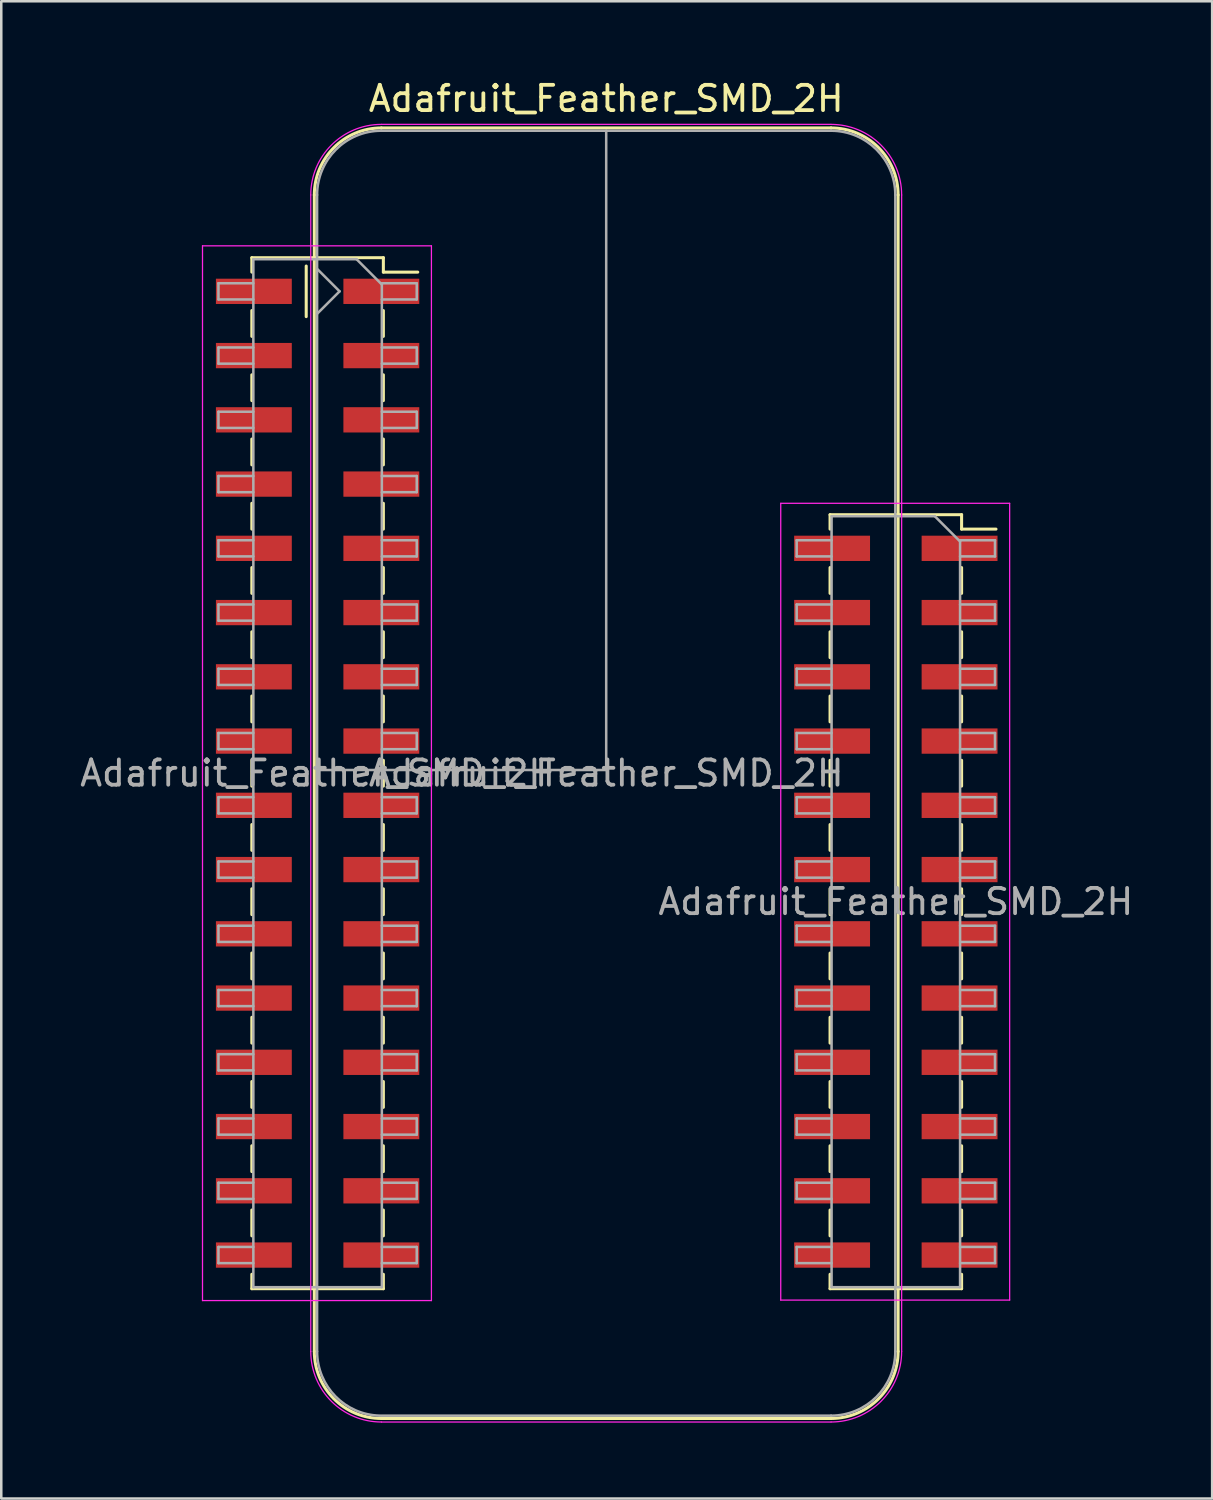
<source format=kicad_pcb>
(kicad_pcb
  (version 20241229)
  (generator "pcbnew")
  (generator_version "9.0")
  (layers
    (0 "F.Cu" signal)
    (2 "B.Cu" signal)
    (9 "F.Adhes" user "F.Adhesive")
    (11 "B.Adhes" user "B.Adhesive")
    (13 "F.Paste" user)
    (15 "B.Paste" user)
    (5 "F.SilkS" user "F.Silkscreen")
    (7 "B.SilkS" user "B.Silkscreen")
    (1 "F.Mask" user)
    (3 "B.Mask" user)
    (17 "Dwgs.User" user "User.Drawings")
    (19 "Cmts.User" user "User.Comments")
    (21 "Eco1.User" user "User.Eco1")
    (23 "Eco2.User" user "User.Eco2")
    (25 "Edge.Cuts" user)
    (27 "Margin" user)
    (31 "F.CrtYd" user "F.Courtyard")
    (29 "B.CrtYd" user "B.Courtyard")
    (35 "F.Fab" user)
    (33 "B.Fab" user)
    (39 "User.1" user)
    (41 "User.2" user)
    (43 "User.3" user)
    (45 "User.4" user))
  (footprint "Adafruit_Feather_SMD_2H"
    (layer "F.Cu")
    (at 20.916 27.391)
    (property "Reference" "Adafruit_Feather_SMD_2H" (at 0 -26.543 0) (layer "F.SilkS") (effects (font (size 1 1) (thickness 0.15))))
    (attr smd)
    (fp_line (start -14.01 -20.253) (end -14.01 -19.683) (stroke (width 0.12) (type solid)) (layer "F.SilkS"))
    (fp_line (start -14.01 -20.253) (end -8.81 -20.253) (stroke (width 0.12) (type solid)) (layer "F.SilkS"))
    (fp_line (start -14.01 -18.163) (end -14.01 -17.143) (stroke (width 0.12) (type solid)) (layer "F.SilkS"))
    (fp_line (start -14.01 -15.623) (end -14.01 -14.603) (stroke (width 0.12) (type solid)) (layer "F.SilkS"))
    (fp_line (start -14.01 -13.083) (end -14.01 -12.063) (stroke (width 0.12) (type solid)) (layer "F.SilkS"))
    (fp_line (start -14.01 -10.543) (end -14.01 -9.523) (stroke (width 0.12) (type solid)) (layer "F.SilkS"))
    (fp_line (start -14.01 -8.003) (end -14.01 -6.983) (stroke (width 0.12) (type solid)) (layer "F.SilkS"))
    (fp_line (start -14.01 -5.463) (end -14.01 -4.443) (stroke (width 0.12) (type solid)) (layer "F.SilkS"))
    (fp_line (start -14.01 -2.923) (end -14.01 -1.903) (stroke (width 0.12) (type solid)) (layer "F.SilkS"))
    (fp_line (start -14.01 -0.383) (end -14.01 0.637) (stroke (width 0.12) (type solid)) (layer "F.SilkS"))
    (fp_line (start -14.01 2.157) (end -14.01 3.177) (stroke (width 0.12) (type solid)) (layer "F.SilkS"))
    (fp_line (start -14.01 4.697) (end -14.01 5.717) (stroke (width 0.12) (type solid)) (layer "F.SilkS"))
    (fp_line (start -14.01 7.237) (end -14.01 8.257) (stroke (width 0.12) (type solid)) (layer "F.SilkS"))
    (fp_line (start -14.01 9.777) (end -14.01 10.797) (stroke (width 0.12) (type solid)) (layer "F.SilkS"))
    (fp_line (start -14.01 12.317) (end -14.01 13.337) (stroke (width 0.12) (type solid)) (layer "F.SilkS"))
    (fp_line (start -14.01 14.857) (end -14.01 15.877) (stroke (width 0.12) (type solid)) (layer "F.SilkS"))
    (fp_line (start -14.01 17.397) (end -14.01 18.417) (stroke (width 0.12) (type solid)) (layer "F.SilkS"))
    (fp_line (start -14.01 19.937) (end -14.01 20.507) (stroke (width 0.12) (type solid)) (layer "F.SilkS"))
    (fp_line (start -14.01 20.507) (end -8.81 20.507) (stroke (width 0.12) (type solid)) (layer "F.SilkS"))
    (fp_line (start -11.86 -17.923) (end -11.86 -19.923) (stroke (width 0.12) (type solid)) (layer "F.SilkS"))
    (fp_line (start -11.54 -22.733) (end -11.54 22.987) (stroke (width 0.12) (type solid)) (layer "F.SilkS"))
    (fp_line (start -8.81 -20.253) (end -8.81 -19.683) (stroke (width 0.12) (type solid)) (layer "F.SilkS"))
    (fp_line (start -8.81 -19.683) (end -7.45 -19.683) (stroke (width 0.12) (type solid)) (layer "F.SilkS"))
    (fp_line (start -8.81 -18.163) (end -8.81 -17.143) (stroke (width 0.12) (type solid)) (layer "F.SilkS"))
    (fp_line (start -8.81 -15.623) (end -8.81 -14.603) (stroke (width 0.12) (type solid)) (layer "F.SilkS"))
    (fp_line (start -8.81 -13.083) (end -8.81 -12.063) (stroke (width 0.12) (type solid)) (layer "F.SilkS"))
    (fp_line (start -8.81 -10.543) (end -8.81 -9.523) (stroke (width 0.12) (type solid)) (layer "F.SilkS"))
    (fp_line (start -8.81 -8.003) (end -8.81 -6.983) (stroke (width 0.12) (type solid)) (layer "F.SilkS"))
    (fp_line (start -8.81 -5.463) (end -8.81 -4.443) (stroke (width 0.12) (type solid)) (layer "F.SilkS"))
    (fp_line (start -8.81 -2.923) (end -8.81 -1.903) (stroke (width 0.12) (type solid)) (layer "F.SilkS"))
    (fp_line (start -8.81 -0.383) (end -8.81 0.637) (stroke (width 0.12) (type solid)) (layer "F.SilkS"))
    (fp_line (start -8.81 2.157) (end -8.81 3.177) (stroke (width 0.12) (type solid)) (layer "F.SilkS"))
    (fp_line (start -8.81 4.697) (end -8.81 5.717) (stroke (width 0.12) (type solid)) (layer "F.SilkS"))
    (fp_line (start -8.81 7.237) (end -8.81 8.257) (stroke (width 0.12) (type solid)) (layer "F.SilkS"))
    (fp_line (start -8.81 9.777) (end -8.81 10.797) (stroke (width 0.12) (type solid)) (layer "F.SilkS"))
    (fp_line (start -8.81 12.317) (end -8.81 13.337) (stroke (width 0.12) (type solid)) (layer "F.SilkS"))
    (fp_line (start -8.81 14.857) (end -8.81 15.877) (stroke (width 0.12) (type solid)) (layer "F.SilkS"))
    (fp_line (start -8.81 17.397) (end -8.81 18.417) (stroke (width 0.12) (type solid)) (layer "F.SilkS"))
    (fp_line (start -8.81 19.937) (end -8.81 20.507) (stroke (width 0.12) (type solid)) (layer "F.SilkS"))
    (fp_line (start 8.85 -10.093) (end 8.85 -9.523) (stroke (width 0.12) (type solid)) (layer "F.SilkS"))
    (fp_line (start 8.85 -10.093) (end 14.05 -10.093) (stroke (width 0.12) (type solid)) (layer "F.SilkS"))
    (fp_line (start 8.85 -8.003) (end 8.85 -6.983) (stroke (width 0.12) (type solid)) (layer "F.SilkS"))
    (fp_line (start 8.85 -5.463) (end 8.85 -4.443) (stroke (width 0.12) (type solid)) (layer "F.SilkS"))
    (fp_line (start 8.85 -2.923) (end 8.85 -1.903) (stroke (width 0.12) (type solid)) (layer "F.SilkS"))
    (fp_line (start 8.85 -0.383) (end 8.85 0.637) (stroke (width 0.12) (type solid)) (layer "F.SilkS"))
    (fp_line (start 8.85 2.157) (end 8.85 3.177) (stroke (width 0.12) (type solid)) (layer "F.SilkS"))
    (fp_line (start 8.85 4.697) (end 8.85 5.717) (stroke (width 0.12) (type solid)) (layer "F.SilkS"))
    (fp_line (start 8.85 7.237) (end 8.85 8.257) (stroke (width 0.12) (type solid)) (layer "F.SilkS"))
    (fp_line (start 8.85 9.777) (end 8.85 10.797) (stroke (width 0.12) (type solid)) (layer "F.SilkS"))
    (fp_line (start 8.85 12.317) (end 8.85 13.337) (stroke (width 0.12) (type solid)) (layer "F.SilkS"))
    (fp_line (start 8.85 14.857) (end 8.85 15.877) (stroke (width 0.12) (type solid)) (layer "F.SilkS"))
    (fp_line (start 8.85 17.397) (end 8.85 18.417) (stroke (width 0.12) (type solid)) (layer "F.SilkS"))
    (fp_line (start 8.85 19.937) (end 8.85 20.507) (stroke (width 0.12) (type solid)) (layer "F.SilkS"))
    (fp_line (start 8.85 20.507) (end 14.05 20.507) (stroke (width 0.12) (type solid)) (layer "F.SilkS"))
    (fp_line (start 8.89 -25.383) (end -8.89 -25.383) (stroke (width 0.12) (type solid)) (layer "F.SilkS"))
    (fp_line (start 8.89 25.637) (end -8.89 25.637) (stroke (width 0.12) (type solid)) (layer "F.SilkS"))
    (fp_line (start 11.54 -22.733) (end 11.54 22.987) (stroke (width 0.12) (type solid)) (layer "F.SilkS"))
    (fp_line (start 14.05 -10.093) (end 14.05 -9.523) (stroke (width 0.12) (type solid)) (layer "F.SilkS"))
    (fp_line (start 14.05 -9.523) (end 15.41 -9.523) (stroke (width 0.12) (type solid)) (layer "F.SilkS"))
    (fp_line (start 14.05 -8.003) (end 14.05 -6.983) (stroke (width 0.12) (type solid)) (layer "F.SilkS"))
    (fp_line (start 14.05 -5.463) (end 14.05 -4.443) (stroke (width 0.12) (type solid)) (layer "F.SilkS"))
    (fp_line (start 14.05 -2.923) (end 14.05 -1.903) (stroke (width 0.12) (type solid)) (layer "F.SilkS"))
    (fp_line (start 14.05 -0.383) (end 14.05 0.637) (stroke (width 0.12) (type solid)) (layer "F.SilkS"))
    (fp_line (start 14.05 2.157) (end 14.05 3.177) (stroke (width 0.12) (type solid)) (layer "F.SilkS"))
    (fp_line (start 14.05 4.697) (end 14.05 5.717) (stroke (width 0.12) (type solid)) (layer "F.SilkS"))
    (fp_line (start 14.05 7.237) (end 14.05 8.257) (stroke (width 0.12) (type solid)) (layer "F.SilkS"))
    (fp_line (start 14.05 9.777) (end 14.05 10.797) (stroke (width 0.12) (type solid)) (layer "F.SilkS"))
    (fp_line (start 14.05 12.317) (end 14.05 13.337) (stroke (width 0.12) (type solid)) (layer "F.SilkS"))
    (fp_line (start 14.05 14.857) (end 14.05 15.877) (stroke (width 0.12) (type solid)) (layer "F.SilkS"))
    (fp_line (start 14.05 17.397) (end 14.05 18.417) (stroke (width 0.12) (type solid)) (layer "F.SilkS"))
    (fp_line (start 14.05 19.937) (end 14.05 20.507) (stroke (width 0.12) (type solid)) (layer "F.SilkS"))
    (fp_arc (start -11.54 -22.733) (mid -10.763833 -24.606833) (end -8.89 -25.383) (stroke (width 0.12) (type solid)) (layer "F.SilkS"))
    (fp_arc (start -8.89 25.637) (mid -10.763833 24.860833) (end -11.54 22.987) (stroke (width 0.12) (type solid)) (layer "F.SilkS"))
    (fp_arc (start 8.89 -25.383) (mid 10.763833 -24.606833) (end 11.54 -22.733) (stroke (width 0.12) (type solid)) (layer "F.SilkS"))
    (fp_arc (start 11.54 22.987) (mid 10.763833 24.860833) (end 8.89 25.637) (stroke (width 0.12) (type solid)) (layer "F.SilkS"))
    (fp_line (start -15.96 -20.723) (end -6.91 -20.723) (stroke (width 0.05) (type solid)) (layer "F.CrtYd"))
    (fp_line (start -15.96 20.977) (end -15.96 -20.723) (stroke (width 0.05) (type solid)) (layer "F.CrtYd"))
    (fp_line (start -11.68 22.987) (end -11.68 -22.733) (stroke (width 0.05) (type solid)) (layer "F.CrtYd"))
    (fp_line (start -6.91 -20.723) (end -6.91 20.977) (stroke (width 0.05) (type solid)) (layer "F.CrtYd"))
    (fp_line (start -6.91 20.977) (end -15.96 20.977) (stroke (width 0.05) (type solid)) (layer "F.CrtYd"))
    (fp_line (start 6.9 -10.543) (end 15.95 -10.543) (stroke (width 0.05) (type solid)) (layer "F.CrtYd"))
    (fp_line (start 6.9 20.957) (end 6.9 -10.543) (stroke (width 0.05) (type solid)) (layer "F.CrtYd"))
    (fp_line (start 8.89 -25.523) (end -8.89 -25.523) (stroke (width 0.05) (type solid)) (layer "F.CrtYd"))
    (fp_line (start 8.89 25.777) (end -8.89 25.777) (stroke (width 0.05) (type solid)) (layer "F.CrtYd"))
    (fp_line (start 11.68 22.987) (end 11.68 -22.733) (stroke (width 0.05) (type solid)) (layer "F.CrtYd"))
    (fp_line (start 15.95 -10.543) (end 15.95 20.957) (stroke (width 0.05) (type solid)) (layer "F.CrtYd"))
    (fp_line (start 15.95 20.957) (end 6.9 20.957) (stroke (width 0.05) (type solid)) (layer "F.CrtYd"))
    (fp_arc (start -11.68 -22.733) (mid -10.862828 -24.705828) (end -8.89 -25.523) (stroke (width 0.05) (type solid)) (layer "F.CrtYd"))
    (fp_arc (start -8.89 25.777) (mid -10.862828 24.959828) (end -11.68 22.987) (stroke (width 0.05) (type solid)) (layer "F.CrtYd"))
    (fp_arc (start 8.89 -25.523) (mid 10.862828 -24.705828) (end 11.68 -22.733) (stroke (width 0.05) (type solid)) (layer "F.CrtYd"))
    (fp_arc (start 11.68 22.987) (mid 10.862828 24.959828) (end 8.89 25.777) (stroke (width 0.05) (type solid)) (layer "F.CrtYd"))
    (fp_line (start -15.33 -19.243) (end -13.95 -19.243) (stroke (width 0.1) (type solid)) (layer "F.Fab"))
    (fp_line (start -15.33 -18.603) (end -15.33 -19.243) (stroke (width 0.1) (type solid)) (layer "F.Fab"))
    (fp_line (start -15.33 -16.703) (end -13.95 -16.703) (stroke (width 0.1) (type solid)) (layer "F.Fab"))
    (fp_line (start -15.33 -16.063) (end -15.33 -16.703) (stroke (width 0.1) (type solid)) (layer "F.Fab"))
    (fp_line (start -15.33 -14.163) (end -13.95 -14.163) (stroke (width 0.1) (type solid)) (layer "F.Fab"))
    (fp_line (start -15.33 -13.523) (end -15.33 -14.163) (stroke (width 0.1) (type solid)) (layer "F.Fab"))
    (fp_line (start -15.33 -11.623) (end -13.95 -11.623) (stroke (width 0.1) (type solid)) (layer "F.Fab"))
    (fp_line (start -15.33 -10.983) (end -15.33 -11.623) (stroke (width 0.1) (type solid)) (layer "F.Fab"))
    (fp_line (start -15.33 -9.083) (end -13.95 -9.083) (stroke (width 0.1) (type solid)) (layer "F.Fab"))
    (fp_line (start -15.33 -8.443) (end -15.33 -9.083) (stroke (width 0.1) (type solid)) (layer "F.Fab"))
    (fp_line (start -15.33 -6.543) (end -13.95 -6.543) (stroke (width 0.1) (type solid)) (layer "F.Fab"))
    (fp_line (start -15.33 -5.903) (end -15.33 -6.543) (stroke (width 0.1) (type solid)) (layer "F.Fab"))
    (fp_line (start -15.33 -4.003) (end -13.95 -4.003) (stroke (width 0.1) (type solid)) (layer "F.Fab"))
    (fp_line (start -15.33 -3.363) (end -15.33 -4.003) (stroke (width 0.1) (type solid)) (layer "F.Fab"))
    (fp_line (start -15.33 -1.463) (end -13.95 -1.463) (stroke (width 0.1) (type solid)) (layer "F.Fab"))
    (fp_line (start -15.33 -0.823) (end -15.33 -1.463) (stroke (width 0.1) (type solid)) (layer "F.Fab"))
    (fp_line (start -15.33 1.077) (end -13.95 1.077) (stroke (width 0.1) (type solid)) (layer "F.Fab"))
    (fp_line (start -15.33 1.717) (end -15.33 1.077) (stroke (width 0.1) (type solid)) (layer "F.Fab"))
    (fp_line (start -15.33 3.617) (end -13.95 3.617) (stroke (width 0.1) (type solid)) (layer "F.Fab"))
    (fp_line (start -15.33 4.257) (end -15.33 3.617) (stroke (width 0.1) (type solid)) (layer "F.Fab"))
    (fp_line (start -15.33 6.157) (end -13.95 6.157) (stroke (width 0.1) (type solid)) (layer "F.Fab"))
    (fp_line (start -15.33 6.797) (end -15.33 6.157) (stroke (width 0.1) (type solid)) (layer "F.Fab"))
    (fp_line (start -15.33 8.697) (end -13.95 8.697) (stroke (width 0.1) (type solid)) (layer "F.Fab"))
    (fp_line (start -15.33 9.337) (end -15.33 8.697) (stroke (width 0.1) (type solid)) (layer "F.Fab"))
    (fp_line (start -15.33 11.237) (end -13.95 11.237) (stroke (width 0.1) (type solid)) (layer "F.Fab"))
    (fp_line (start -15.33 11.877) (end -15.33 11.237) (stroke (width 0.1) (type solid)) (layer "F.Fab"))
    (fp_line (start -15.33 13.777) (end -13.95 13.777) (stroke (width 0.1) (type solid)) (layer "F.Fab"))
    (fp_line (start -15.33 14.417) (end -15.33 13.777) (stroke (width 0.1) (type solid)) (layer "F.Fab"))
    (fp_line (start -15.33 16.317) (end -13.95 16.317) (stroke (width 0.1) (type solid)) (layer "F.Fab"))
    (fp_line (start -15.33 16.957) (end -15.33 16.317) (stroke (width 0.1) (type solid)) (layer "F.Fab"))
    (fp_line (start -15.33 18.857) (end -13.95 18.857) (stroke (width 0.1) (type solid)) (layer "F.Fab"))
    (fp_line (start -15.33 19.497) (end -15.33 18.857) (stroke (width 0.1) (type solid)) (layer "F.Fab"))
    (fp_line (start -13.95 -20.193) (end -9.87 -20.193) (stroke (width 0.1) (type solid)) (layer "F.Fab"))
    (fp_line (start -13.95 -18.603) (end -15.33 -18.603) (stroke (width 0.1) (type solid)) (layer "F.Fab"))
    (fp_line (start -13.95 -16.063) (end -15.33 -16.063) (stroke (width 0.1) (type solid)) (layer "F.Fab"))
    (fp_line (start -13.95 -13.523) (end -15.33 -13.523) (stroke (width 0.1) (type solid)) (layer "F.Fab"))
    (fp_line (start -13.95 -10.983) (end -15.33 -10.983) (stroke (width 0.1) (type solid)) (layer "F.Fab"))
    (fp_line (start -13.95 -8.443) (end -15.33 -8.443) (stroke (width 0.1) (type solid)) (layer "F.Fab"))
    (fp_line (start -13.95 -5.903) (end -15.33 -5.903) (stroke (width 0.1) (type solid)) (layer "F.Fab"))
    (fp_line (start -13.95 -3.363) (end -15.33 -3.363) (stroke (width 0.1) (type solid)) (layer "F.Fab"))
    (fp_line (start -13.95 -0.823) (end -15.33 -0.823) (stroke (width 0.1) (type solid)) (layer "F.Fab"))
    (fp_line (start -13.95 1.717) (end -15.33 1.717) (stroke (width 0.1) (type solid)) (layer "F.Fab"))
    (fp_line (start -13.95 4.257) (end -15.33 4.257) (stroke (width 0.1) (type solid)) (layer "F.Fab"))
    (fp_line (start -13.95 6.797) (end -15.33 6.797) (stroke (width 0.1) (type solid)) (layer "F.Fab"))
    (fp_line (start -13.95 9.337) (end -15.33 9.337) (stroke (width 0.1) (type solid)) (layer "F.Fab"))
    (fp_line (start -13.95 11.877) (end -15.33 11.877) (stroke (width 0.1) (type solid)) (layer "F.Fab"))
    (fp_line (start -13.95 14.417) (end -15.33 14.417) (stroke (width 0.1) (type solid)) (layer "F.Fab"))
    (fp_line (start -13.95 16.957) (end -15.33 16.957) (stroke (width 0.1) (type solid)) (layer "F.Fab"))
    (fp_line (start -13.95 19.497) (end -15.33 19.497) (stroke (width 0.1) (type solid)) (layer "F.Fab"))
    (fp_line (start -13.95 20.447) (end -13.95 -20.193) (stroke (width 0.1) (type solid)) (layer "F.Fab"))
    (fp_line (start -11.43 -22.733) (end -11.43 22.987) (stroke (width 0.1) (type solid)) (layer "F.Fab"))
    (fp_line (start -11.43 -19.812) (end -10.541 -18.923) (stroke (width 0.1) (type solid)) (layer "F.Fab"))
    (fp_line (start -11.43 0) (end 0 0) (stroke (width 0.1) (type solid)) (layer "F.Fab"))
    (fp_line (start -10.541 -18.923) (end -11.43 -18.034) (stroke (width 0.1) (type solid)) (layer "F.Fab"))
    (fp_line (start -9.87 -20.193) (end -8.87 -19.193) (stroke (width 0.1) (type solid)) (layer "F.Fab"))
    (fp_line (start -8.89 25.527) (end 8.89 25.527) (stroke (width 0.1) (type solid)) (layer "F.Fab"))
    (fp_line (start -8.87 -19.243) (end -7.49 -19.243) (stroke (width 0.1) (type solid)) (layer "F.Fab"))
    (fp_line (start -8.87 -19.193) (end -8.87 20.447) (stroke (width 0.1) (type solid)) (layer "F.Fab"))
    (fp_line (start -8.87 -16.703) (end -7.49 -16.703) (stroke (width 0.1) (type solid)) (layer "F.Fab"))
    (fp_line (start -8.87 -14.163) (end -7.49 -14.163) (stroke (width 0.1) (type solid)) (layer "F.Fab"))
    (fp_line (start -8.87 -11.623) (end -7.49 -11.623) (stroke (width 0.1) (type solid)) (layer "F.Fab"))
    (fp_line (start -8.87 -9.083) (end -7.49 -9.083) (stroke (width 0.1) (type solid)) (layer "F.Fab"))
    (fp_line (start -8.87 -6.543) (end -7.49 -6.543) (stroke (width 0.1) (type solid)) (layer "F.Fab"))
    (fp_line (start -8.87 -4.003) (end -7.49 -4.003) (stroke (width 0.1) (type solid)) (layer "F.Fab"))
    (fp_line (start -8.87 -1.463) (end -7.49 -1.463) (stroke (width 0.1) (type solid)) (layer "F.Fab"))
    (fp_line (start -8.87 1.077) (end -7.49 1.077) (stroke (width 0.1) (type solid)) (layer "F.Fab"))
    (fp_line (start -8.87 3.617) (end -7.49 3.617) (stroke (width 0.1) (type solid)) (layer "F.Fab"))
    (fp_line (start -8.87 6.157) (end -7.49 6.157) (stroke (width 0.1) (type solid)) (layer "F.Fab"))
    (fp_line (start -8.87 8.697) (end -7.49 8.697) (stroke (width 0.1) (type solid)) (layer "F.Fab"))
    (fp_line (start -8.87 11.237) (end -7.49 11.237) (stroke (width 0.1) (type solid)) (layer "F.Fab"))
    (fp_line (start -8.87 13.777) (end -7.49 13.777) (stroke (width 0.1) (type solid)) (layer "F.Fab"))
    (fp_line (start -8.87 16.317) (end -7.49 16.317) (stroke (width 0.1) (type solid)) (layer "F.Fab"))
    (fp_line (start -8.87 18.857) (end -7.49 18.857) (stroke (width 0.1) (type solid)) (layer "F.Fab"))
    (fp_line (start -8.87 20.447) (end -13.95 20.447) (stroke (width 0.1) (type solid)) (layer "F.Fab"))
    (fp_line (start -7.49 -19.243) (end -7.49 -18.603) (stroke (width 0.1) (type solid)) (layer "F.Fab"))
    (fp_line (start -7.49 -18.603) (end -8.87 -18.603) (stroke (width 0.1) (type solid)) (layer "F.Fab"))
    (fp_line (start -7.49 -16.703) (end -7.49 -16.063) (stroke (width 0.1) (type solid)) (layer "F.Fab"))
    (fp_line (start -7.49 -16.063) (end -8.87 -16.063) (stroke (width 0.1) (type solid)) (layer "F.Fab"))
    (fp_line (start -7.49 -14.163) (end -7.49 -13.523) (stroke (width 0.1) (type solid)) (layer "F.Fab"))
    (fp_line (start -7.49 -13.523) (end -8.87 -13.523) (stroke (width 0.1) (type solid)) (layer "F.Fab"))
    (fp_line (start -7.49 -11.623) (end -7.49 -10.983) (stroke (width 0.1) (type solid)) (layer "F.Fab"))
    (fp_line (start -7.49 -10.983) (end -8.87 -10.983) (stroke (width 0.1) (type solid)) (layer "F.Fab"))
    (fp_line (start -7.49 -9.083) (end -7.49 -8.443) (stroke (width 0.1) (type solid)) (layer "F.Fab"))
    (fp_line (start -7.49 -8.443) (end -8.87 -8.443) (stroke (width 0.1) (type solid)) (layer "F.Fab"))
    (fp_line (start -7.49 -6.543) (end -7.49 -5.903) (stroke (width 0.1) (type solid)) (layer "F.Fab"))
    (fp_line (start -7.49 -5.903) (end -8.87 -5.903) (stroke (width 0.1) (type solid)) (layer "F.Fab"))
    (fp_line (start -7.49 -4.003) (end -7.49 -3.363) (stroke (width 0.1) (type solid)) (layer "F.Fab"))
    (fp_line (start -7.49 -3.363) (end -8.87 -3.363) (stroke (width 0.1) (type solid)) (layer "F.Fab"))
    (fp_line (start -7.49 -1.463) (end -7.49 -0.823) (stroke (width 0.1) (type solid)) (layer "F.Fab"))
    (fp_line (start -7.49 -0.823) (end -8.87 -0.823) (stroke (width 0.1) (type solid)) (layer "F.Fab"))
    (fp_line (start -7.49 1.077) (end -7.49 1.717) (stroke (width 0.1) (type solid)) (layer "F.Fab"))
    (fp_line (start -7.49 1.717) (end -8.87 1.717) (stroke (width 0.1) (type solid)) (layer "F.Fab"))
    (fp_line (start -7.49 3.617) (end -7.49 4.257) (stroke (width 0.1) (type solid)) (layer "F.Fab"))
    (fp_line (start -7.49 4.257) (end -8.87 4.257) (stroke (width 0.1) (type solid)) (layer "F.Fab"))
    (fp_line (start -7.49 6.157) (end -7.49 6.797) (stroke (width 0.1) (type solid)) (layer "F.Fab"))
    (fp_line (start -7.49 6.797) (end -8.87 6.797) (stroke (width 0.1) (type solid)) (layer "F.Fab"))
    (fp_line (start -7.49 8.697) (end -7.49 9.337) (stroke (width 0.1) (type solid)) (layer "F.Fab"))
    (fp_line (start -7.49 9.337) (end -8.87 9.337) (stroke (width 0.1) (type solid)) (layer "F.Fab"))
    (fp_line (start -7.49 11.237) (end -7.49 11.877) (stroke (width 0.1) (type solid)) (layer "F.Fab"))
    (fp_line (start -7.49 11.877) (end -8.87 11.877) (stroke (width 0.1) (type solid)) (layer "F.Fab"))
    (fp_line (start -7.49 13.777) (end -7.49 14.417) (stroke (width 0.1) (type solid)) (layer "F.Fab"))
    (fp_line (start -7.49 14.417) (end -8.87 14.417) (stroke (width 0.1) (type solid)) (layer "F.Fab"))
    (fp_line (start -7.49 16.317) (end -7.49 16.957) (stroke (width 0.1) (type solid)) (layer "F.Fab"))
    (fp_line (start -7.49 16.957) (end -8.87 16.957) (stroke (width 0.1) (type solid)) (layer "F.Fab"))
    (fp_line (start -7.49 18.857) (end -7.49 19.497) (stroke (width 0.1) (type solid)) (layer "F.Fab"))
    (fp_line (start -7.49 19.497) (end -8.87 19.497) (stroke (width 0.1) (type solid)) (layer "F.Fab"))
    (fp_line (start 0 -25.273) (end 0 0) (stroke (width 0.1) (type solid)) (layer "F.Fab"))
    (fp_line (start 7.53 -9.083) (end 8.91 -9.083) (stroke (width 0.1) (type solid)) (layer "F.Fab"))
    (fp_line (start 7.53 -8.443) (end 7.53 -9.083) (stroke (width 0.1) (type solid)) (layer "F.Fab"))
    (fp_line (start 7.53 -6.543) (end 8.91 -6.543) (stroke (width 0.1) (type solid)) (layer "F.Fab"))
    (fp_line (start 7.53 -5.903) (end 7.53 -6.543) (stroke (width 0.1) (type solid)) (layer "F.Fab"))
    (fp_line (start 7.53 -4.003) (end 8.91 -4.003) (stroke (width 0.1) (type solid)) (layer "F.Fab"))
    (fp_line (start 7.53 -3.363) (end 7.53 -4.003) (stroke (width 0.1) (type solid)) (layer "F.Fab"))
    (fp_line (start 7.53 -1.463) (end 8.91 -1.463) (stroke (width 0.1) (type solid)) (layer "F.Fab"))
    (fp_line (start 7.53 -0.823) (end 7.53 -1.463) (stroke (width 0.1) (type solid)) (layer "F.Fab"))
    (fp_line (start 7.53 1.077) (end 8.91 1.077) (stroke (width 0.1) (type solid)) (layer "F.Fab"))
    (fp_line (start 7.53 1.717) (end 7.53 1.077) (stroke (width 0.1) (type solid)) (layer "F.Fab"))
    (fp_line (start 7.53 3.617) (end 8.91 3.617) (stroke (width 0.1) (type solid)) (layer "F.Fab"))
    (fp_line (start 7.53 4.257) (end 7.53 3.617) (stroke (width 0.1) (type solid)) (layer "F.Fab"))
    (fp_line (start 7.53 6.157) (end 8.91 6.157) (stroke (width 0.1) (type solid)) (layer "F.Fab"))
    (fp_line (start 7.53 6.797) (end 7.53 6.157) (stroke (width 0.1) (type solid)) (layer "F.Fab"))
    (fp_line (start 7.53 8.697) (end 8.91 8.697) (stroke (width 0.1) (type solid)) (layer "F.Fab"))
    (fp_line (start 7.53 9.337) (end 7.53 8.697) (stroke (width 0.1) (type solid)) (layer "F.Fab"))
    (fp_line (start 7.53 11.237) (end 8.91 11.237) (stroke (width 0.1) (type solid)) (layer "F.Fab"))
    (fp_line (start 7.53 11.877) (end 7.53 11.237) (stroke (width 0.1) (type solid)) (layer "F.Fab"))
    (fp_line (start 7.53 13.777) (end 8.91 13.777) (stroke (width 0.1) (type solid)) (layer "F.Fab"))
    (fp_line (start 7.53 14.417) (end 7.53 13.777) (stroke (width 0.1) (type solid)) (layer "F.Fab"))
    (fp_line (start 7.53 16.317) (end 8.91 16.317) (stroke (width 0.1) (type solid)) (layer "F.Fab"))
    (fp_line (start 7.53 16.957) (end 7.53 16.317) (stroke (width 0.1) (type solid)) (layer "F.Fab"))
    (fp_line (start 7.53 18.857) (end 8.91 18.857) (stroke (width 0.1) (type solid)) (layer "F.Fab"))
    (fp_line (start 7.53 19.497) (end 7.53 18.857) (stroke (width 0.1) (type solid)) (layer "F.Fab"))
    (fp_line (start 8.89 -25.273) (end -8.89 -25.273) (stroke (width 0.1) (type solid)) (layer "F.Fab"))
    (fp_line (start 8.91 -10.033) (end 12.99 -10.033) (stroke (width 0.1) (type solid)) (layer "F.Fab"))
    (fp_line (start 8.91 -8.443) (end 7.53 -8.443) (stroke (width 0.1) (type solid)) (layer "F.Fab"))
    (fp_line (start 8.91 -5.903) (end 7.53 -5.903) (stroke (width 0.1) (type solid)) (layer "F.Fab"))
    (fp_line (start 8.91 -3.363) (end 7.53 -3.363) (stroke (width 0.1) (type solid)) (layer "F.Fab"))
    (fp_line (start 8.91 -0.823) (end 7.53 -0.823) (stroke (width 0.1) (type solid)) (layer "F.Fab"))
    (fp_line (start 8.91 1.717) (end 7.53 1.717) (stroke (width 0.1) (type solid)) (layer "F.Fab"))
    (fp_line (start 8.91 4.257) (end 7.53 4.257) (stroke (width 0.1) (type solid)) (layer "F.Fab"))
    (fp_line (start 8.91 6.797) (end 7.53 6.797) (stroke (width 0.1) (type solid)) (layer "F.Fab"))
    (fp_line (start 8.91 9.337) (end 7.53 9.337) (stroke (width 0.1) (type solid)) (layer "F.Fab"))
    (fp_line (start 8.91 11.877) (end 7.53 11.877) (stroke (width 0.1) (type solid)) (layer "F.Fab"))
    (fp_line (start 8.91 14.417) (end 7.53 14.417) (stroke (width 0.1) (type solid)) (layer "F.Fab"))
    (fp_line (start 8.91 16.957) (end 7.53 16.957) (stroke (width 0.1) (type solid)) (layer "F.Fab"))
    (fp_line (start 8.91 19.497) (end 7.53 19.497) (stroke (width 0.1) (type solid)) (layer "F.Fab"))
    (fp_line (start 8.91 20.447) (end 8.91 -10.033) (stroke (width 0.1) (type solid)) (layer "F.Fab"))
    (fp_line (start 11.43 22.987) (end 11.43 -22.733) (stroke (width 0.1) (type solid)) (layer "F.Fab"))
    (fp_line (start 12.99 -10.033) (end 13.99 -9.033) (stroke (width 0.1) (type solid)) (layer "F.Fab"))
    (fp_line (start 13.99 -9.083) (end 15.37 -9.083) (stroke (width 0.1) (type solid)) (layer "F.Fab"))
    (fp_line (start 13.99 -9.033) (end 13.99 20.447) (stroke (width 0.1) (type solid)) (layer "F.Fab"))
    (fp_line (start 13.99 -6.543) (end 15.37 -6.543) (stroke (width 0.1) (type solid)) (layer "F.Fab"))
    (fp_line (start 13.99 -4.003) (end 15.37 -4.003) (stroke (width 0.1) (type solid)) (layer "F.Fab"))
    (fp_line (start 13.99 -1.463) (end 15.37 -1.463) (stroke (width 0.1) (type solid)) (layer "F.Fab"))
    (fp_line (start 13.99 1.077) (end 15.37 1.077) (stroke (width 0.1) (type solid)) (layer "F.Fab"))
    (fp_line (start 13.99 3.617) (end 15.37 3.617) (stroke (width 0.1) (type solid)) (layer "F.Fab"))
    (fp_line (start 13.99 6.157) (end 15.37 6.157) (stroke (width 0.1) (type solid)) (layer "F.Fab"))
    (fp_line (start 13.99 8.697) (end 15.37 8.697) (stroke (width 0.1) (type solid)) (layer "F.Fab"))
    (fp_line (start 13.99 11.237) (end 15.37 11.237) (stroke (width 0.1) (type solid)) (layer "F.Fab"))
    (fp_line (start 13.99 13.777) (end 15.37 13.777) (stroke (width 0.1) (type solid)) (layer "F.Fab"))
    (fp_line (start 13.99 16.317) (end 15.37 16.317) (stroke (width 0.1) (type solid)) (layer "F.Fab"))
    (fp_line (start 13.99 18.857) (end 15.37 18.857) (stroke (width 0.1) (type solid)) (layer "F.Fab"))
    (fp_line (start 13.99 20.447) (end 8.91 20.447) (stroke (width 0.1) (type solid)) (layer "F.Fab"))
    (fp_line (start 15.37 -9.083) (end 15.37 -8.443) (stroke (width 0.1) (type solid)) (layer "F.Fab"))
    (fp_line (start 15.37 -8.443) (end 13.99 -8.443) (stroke (width 0.1) (type solid)) (layer "F.Fab"))
    (fp_line (start 15.37 -6.543) (end 15.37 -5.903) (stroke (width 0.1) (type solid)) (layer "F.Fab"))
    (fp_line (start 15.37 -5.903) (end 13.99 -5.903) (stroke (width 0.1) (type solid)) (layer "F.Fab"))
    (fp_line (start 15.37 -4.003) (end 15.37 -3.363) (stroke (width 0.1) (type solid)) (layer "F.Fab"))
    (fp_line (start 15.37 -3.363) (end 13.99 -3.363) (stroke (width 0.1) (type solid)) (layer "F.Fab"))
    (fp_line (start 15.37 -1.463) (end 15.37 -0.823) (stroke (width 0.1) (type solid)) (layer "F.Fab"))
    (fp_line (start 15.37 -0.823) (end 13.99 -0.823) (stroke (width 0.1) (type solid)) (layer "F.Fab"))
    (fp_line (start 15.37 1.077) (end 15.37 1.717) (stroke (width 0.1) (type solid)) (layer "F.Fab"))
    (fp_line (start 15.37 1.717) (end 13.99 1.717) (stroke (width 0.1) (type solid)) (layer "F.Fab"))
    (fp_line (start 15.37 3.617) (end 15.37 4.257) (stroke (width 0.1) (type solid)) (layer "F.Fab"))
    (fp_line (start 15.37 4.257) (end 13.99 4.257) (stroke (width 0.1) (type solid)) (layer "F.Fab"))
    (fp_line (start 15.37 6.157) (end 15.37 6.797) (stroke (width 0.1) (type solid)) (layer "F.Fab"))
    (fp_line (start 15.37 6.797) (end 13.99 6.797) (stroke (width 0.1) (type solid)) (layer "F.Fab"))
    (fp_line (start 15.37 8.697) (end 15.37 9.337) (stroke (width 0.1) (type solid)) (layer "F.Fab"))
    (fp_line (start 15.37 9.337) (end 13.99 9.337) (stroke (width 0.1) (type solid)) (layer "F.Fab"))
    (fp_line (start 15.37 11.237) (end 15.37 11.877) (stroke (width 0.1) (type solid)) (layer "F.Fab"))
    (fp_line (start 15.37 11.877) (end 13.99 11.877) (stroke (width 0.1) (type solid)) (layer "F.Fab"))
    (fp_line (start 15.37 13.777) (end 15.37 14.417) (stroke (width 0.1) (type solid)) (layer "F.Fab"))
    (fp_line (start 15.37 14.417) (end 13.99 14.417) (stroke (width 0.1) (type solid)) (layer "F.Fab"))
    (fp_line (start 15.37 16.317) (end 15.37 16.957) (stroke (width 0.1) (type solid)) (layer "F.Fab"))
    (fp_line (start 15.37 16.957) (end 13.99 16.957) (stroke (width 0.1) (type solid)) (layer "F.Fab"))
    (fp_line (start 15.37 18.857) (end 15.37 19.497) (stroke (width 0.1) (type solid)) (layer "F.Fab"))
    (fp_line (start 15.37 19.497) (end 13.99 19.497) (stroke (width 0.1) (type solid)) (layer "F.Fab"))
    (fp_arc (start -11.43 -22.733) (mid -10.686051 -24.529051) (end -8.89 -25.273) (stroke (width 0.1) (type solid)) (layer "F.Fab"))
    (fp_arc (start -8.938762 25.526532) (mid -10.703209 24.765728) (end -11.43 22.987) (stroke (width 0.1) (type solid)) (layer "F.Fab"))
    (fp_arc (start 8.89 -25.273) (mid 10.686051 -24.529051) (end 11.43 -22.733) (stroke (width 0.1) (type solid)) (layer "F.Fab"))
    (fp_arc (start 11.43 22.987) (mid 10.686051 24.783051) (end 8.89 25.527) (stroke (width 0.1) (type solid)) (layer "F.Fab"))
    (fp_text user "${REFERENCE}" (at -11.41 0.127 0) (layer "F.Fab") (effects (font (size 1 1) (thickness 0.15))))
    (fp_text user "${REFERENCE}" (at 11.45 5.207 0) (layer "F.Fab") (effects (font (size 1 1) (thickness 0.15))))
    (fp_text user "${REFERENCE}" (at 0 0.127 180) (layer "F.Fab") (effects (font (size 1 1) (thickness 0.15))))
    (pad "1" smd rect (at -13.93 -18.923) (size 3 1) (layers "F.Cu" "F.Mask" "F.Paste"))
    (pad "1" smd rect (at -8.89 -18.923) (size 3 1) (layers "F.Cu" "F.Mask" "F.Paste"))
    (pad "2" smd rect (at -13.93 -16.383) (size 3 1) (layers "F.Cu" "F.Mask" "F.Paste"))
    (pad "2" smd rect (at -8.89 -16.383) (size 3 1) (layers "F.Cu" "F.Mask" "F.Paste"))
    (pad "3" smd rect (at -13.93 -13.843) (size 3 1) (layers "F.Cu" "F.Mask" "F.Paste"))
    (pad "3" smd rect (at -8.89 -13.843) (size 3 1) (layers "F.Cu" "F.Mask" "F.Paste"))
    (pad "4" smd rect (at -13.93 -11.303) (size 3 1) (layers "F.Cu" "F.Mask" "F.Paste"))
    (pad "4" smd rect (at -8.89 -11.303) (size 3 1) (layers "F.Cu" "F.Mask" "F.Paste"))
    (pad "5" smd rect (at -13.93 -8.763) (size 3 1) (layers "F.Cu" "F.Mask" "F.Paste"))
    (pad "5" smd rect (at -8.89 -8.763) (size 3 1) (layers "F.Cu" "F.Mask" "F.Paste"))
    (pad "6" smd rect (at -13.93 -6.223) (size 3 1) (layers "F.Cu" "F.Mask" "F.Paste"))
    (pad "6" smd rect (at -8.89 -6.223) (size 3 1) (layers "F.Cu" "F.Mask" "F.Paste"))
    (pad "7" smd rect (at -13.93 -3.683) (size 3 1) (layers "F.Cu" "F.Mask" "F.Paste"))
    (pad "7" smd rect (at -8.89 -3.683) (size 3 1) (layers "F.Cu" "F.Mask" "F.Paste"))
    (pad "8" smd rect (at -13.93 -1.143) (size 3 1) (layers "F.Cu" "F.Mask" "F.Paste"))
    (pad "8" smd rect (at -8.89 -1.143) (size 3 1) (layers "F.Cu" "F.Mask" "F.Paste"))
    (pad "9" smd rect (at -13.93 1.397) (size 3 1) (layers "F.Cu" "F.Mask" "F.Paste"))
    (pad "9" smd rect (at -8.89 1.397) (size 3 1) (layers "F.Cu" "F.Mask" "F.Paste"))
    (pad "10" smd rect (at -13.93 3.937) (size 3 1) (layers "F.Cu" "F.Mask" "F.Paste"))
    (pad "10" smd rect (at -8.89 3.937) (size 3 1) (layers "F.Cu" "F.Mask" "F.Paste"))
    (pad "11" smd rect (at -13.93 6.477) (size 3 1) (layers "F.Cu" "F.Mask" "F.Paste"))
    (pad "11" smd rect (at -8.89 6.477) (size 3 1) (layers "F.Cu" "F.Mask" "F.Paste"))
    (pad "12" smd rect (at -13.93 9.017) (size 3 1) (layers "F.Cu" "F.Mask" "F.Paste"))
    (pad "12" smd rect (at -8.89 9.017) (size 3 1) (layers "F.Cu" "F.Mask" "F.Paste"))
    (pad "13" smd rect (at -13.93 11.557) (size 3 1) (layers "F.Cu" "F.Mask" "F.Paste"))
    (pad "13" smd rect (at -8.89 11.557) (size 3 1) (layers "F.Cu" "F.Mask" "F.Paste"))
    (pad "14" smd rect (at -13.93 14.097) (size 3 1) (layers "F.Cu" "F.Mask" "F.Paste"))
    (pad "14" smd rect (at -8.89 14.097) (size 3 1) (layers "F.Cu" "F.Mask" "F.Paste"))
    (pad "15" smd rect (at -13.93 16.637) (size 3 1) (layers "F.Cu" "F.Mask" "F.Paste"))
    (pad "15" smd rect (at -8.89 16.637) (size 3 1) (layers "F.Cu" "F.Mask" "F.Paste"))
    (pad "16" smd rect (at -13.93 19.177) (size 3 1) (layers "F.Cu" "F.Mask" "F.Paste"))
    (pad "16" smd rect (at -8.89 19.177) (size 3 1) (layers "F.Cu" "F.Mask" "F.Paste"))
    (pad "17" smd rect (at 8.93 19.177) (size 3 1) (layers "F.Cu" "F.Mask" "F.Paste"))
    (pad "17" smd rect (at 13.97 19.177) (size 3 1) (layers "F.Cu" "F.Mask" "F.Paste"))
    (pad "18" smd rect (at 8.93 16.637) (size 3 1) (layers "F.Cu" "F.Mask" "F.Paste"))
    (pad "18" smd rect (at 13.97 16.637) (size 3 1) (layers "F.Cu" "F.Mask" "F.Paste"))
    (pad "19" smd rect (at 8.93 14.097) (size 3 1) (layers "F.Cu" "F.Mask" "F.Paste"))
    (pad "19" smd rect (at 13.97 14.097) (size 3 1) (layers "F.Cu" "F.Mask" "F.Paste"))
    (pad "20" smd rect (at 8.93 11.557) (size 3 1) (layers "F.Cu" "F.Mask" "F.Paste"))
    (pad "20" smd rect (at 13.97 11.557) (size 3 1) (layers "F.Cu" "F.Mask" "F.Paste"))
    (pad "21" smd rect (at 8.93 9.017) (size 3 1) (layers "F.Cu" "F.Mask" "F.Paste"))
    (pad "21" smd rect (at 13.97 9.017) (size 3 1) (layers "F.Cu" "F.Mask" "F.Paste"))
    (pad "22" smd rect (at 8.93 6.477) (size 3 1) (layers "F.Cu" "F.Mask" "F.Paste"))
    (pad "22" smd rect (at 13.97 6.477) (size 3 1) (layers "F.Cu" "F.Mask" "F.Paste"))
    (pad "23" smd rect (at 8.93 3.937) (size 3 1) (layers "F.Cu" "F.Mask" "F.Paste"))
    (pad "23" smd rect (at 13.97 3.937) (size 3 1) (layers "F.Cu" "F.Mask" "F.Paste"))
    (pad "24" smd rect (at 8.93 1.397) (size 3 1) (layers "F.Cu" "F.Mask" "F.Paste"))
    (pad "24" smd rect (at 13.97 1.397) (size 3 1) (layers "F.Cu" "F.Mask" "F.Paste"))
    (pad "25" smd rect (at 8.93 -1.143) (size 3 1) (layers "F.Cu" "F.Mask" "F.Paste"))
    (pad "25" smd rect (at 13.97 -1.143) (size 3 1) (layers "F.Cu" "F.Mask" "F.Paste"))
    (pad "26" smd rect (at 8.93 -3.683) (size 3 1) (layers "F.Cu" "F.Mask" "F.Paste"))
    (pad "26" smd rect (at 13.97 -3.683) (size 3 1) (layers "F.Cu" "F.Mask" "F.Paste"))
    (pad "27" smd rect (at 8.93 -6.223) (size 3 1) (layers "F.Cu" "F.Mask" "F.Paste"))
    (pad "27" smd rect (at 13.97 -6.223) (size 3 1) (layers "F.Cu" "F.Mask" "F.Paste"))
    (pad "28" smd rect (at 8.93 -8.763) (size 3 1) (layers "F.Cu" "F.Mask" "F.Paste"))
    (pad "28" smd rect (at 13.97 -8.763) (size 3 1) (layers "F.Cu" "F.Mask" "F.Paste")))
  (gr_rect
    (start -3 -3)
    (end 44.872 56.193)
    (stroke (width 0.1) (type default))
    (fill no)
    (layer "Edge.Cuts")))
</source>
